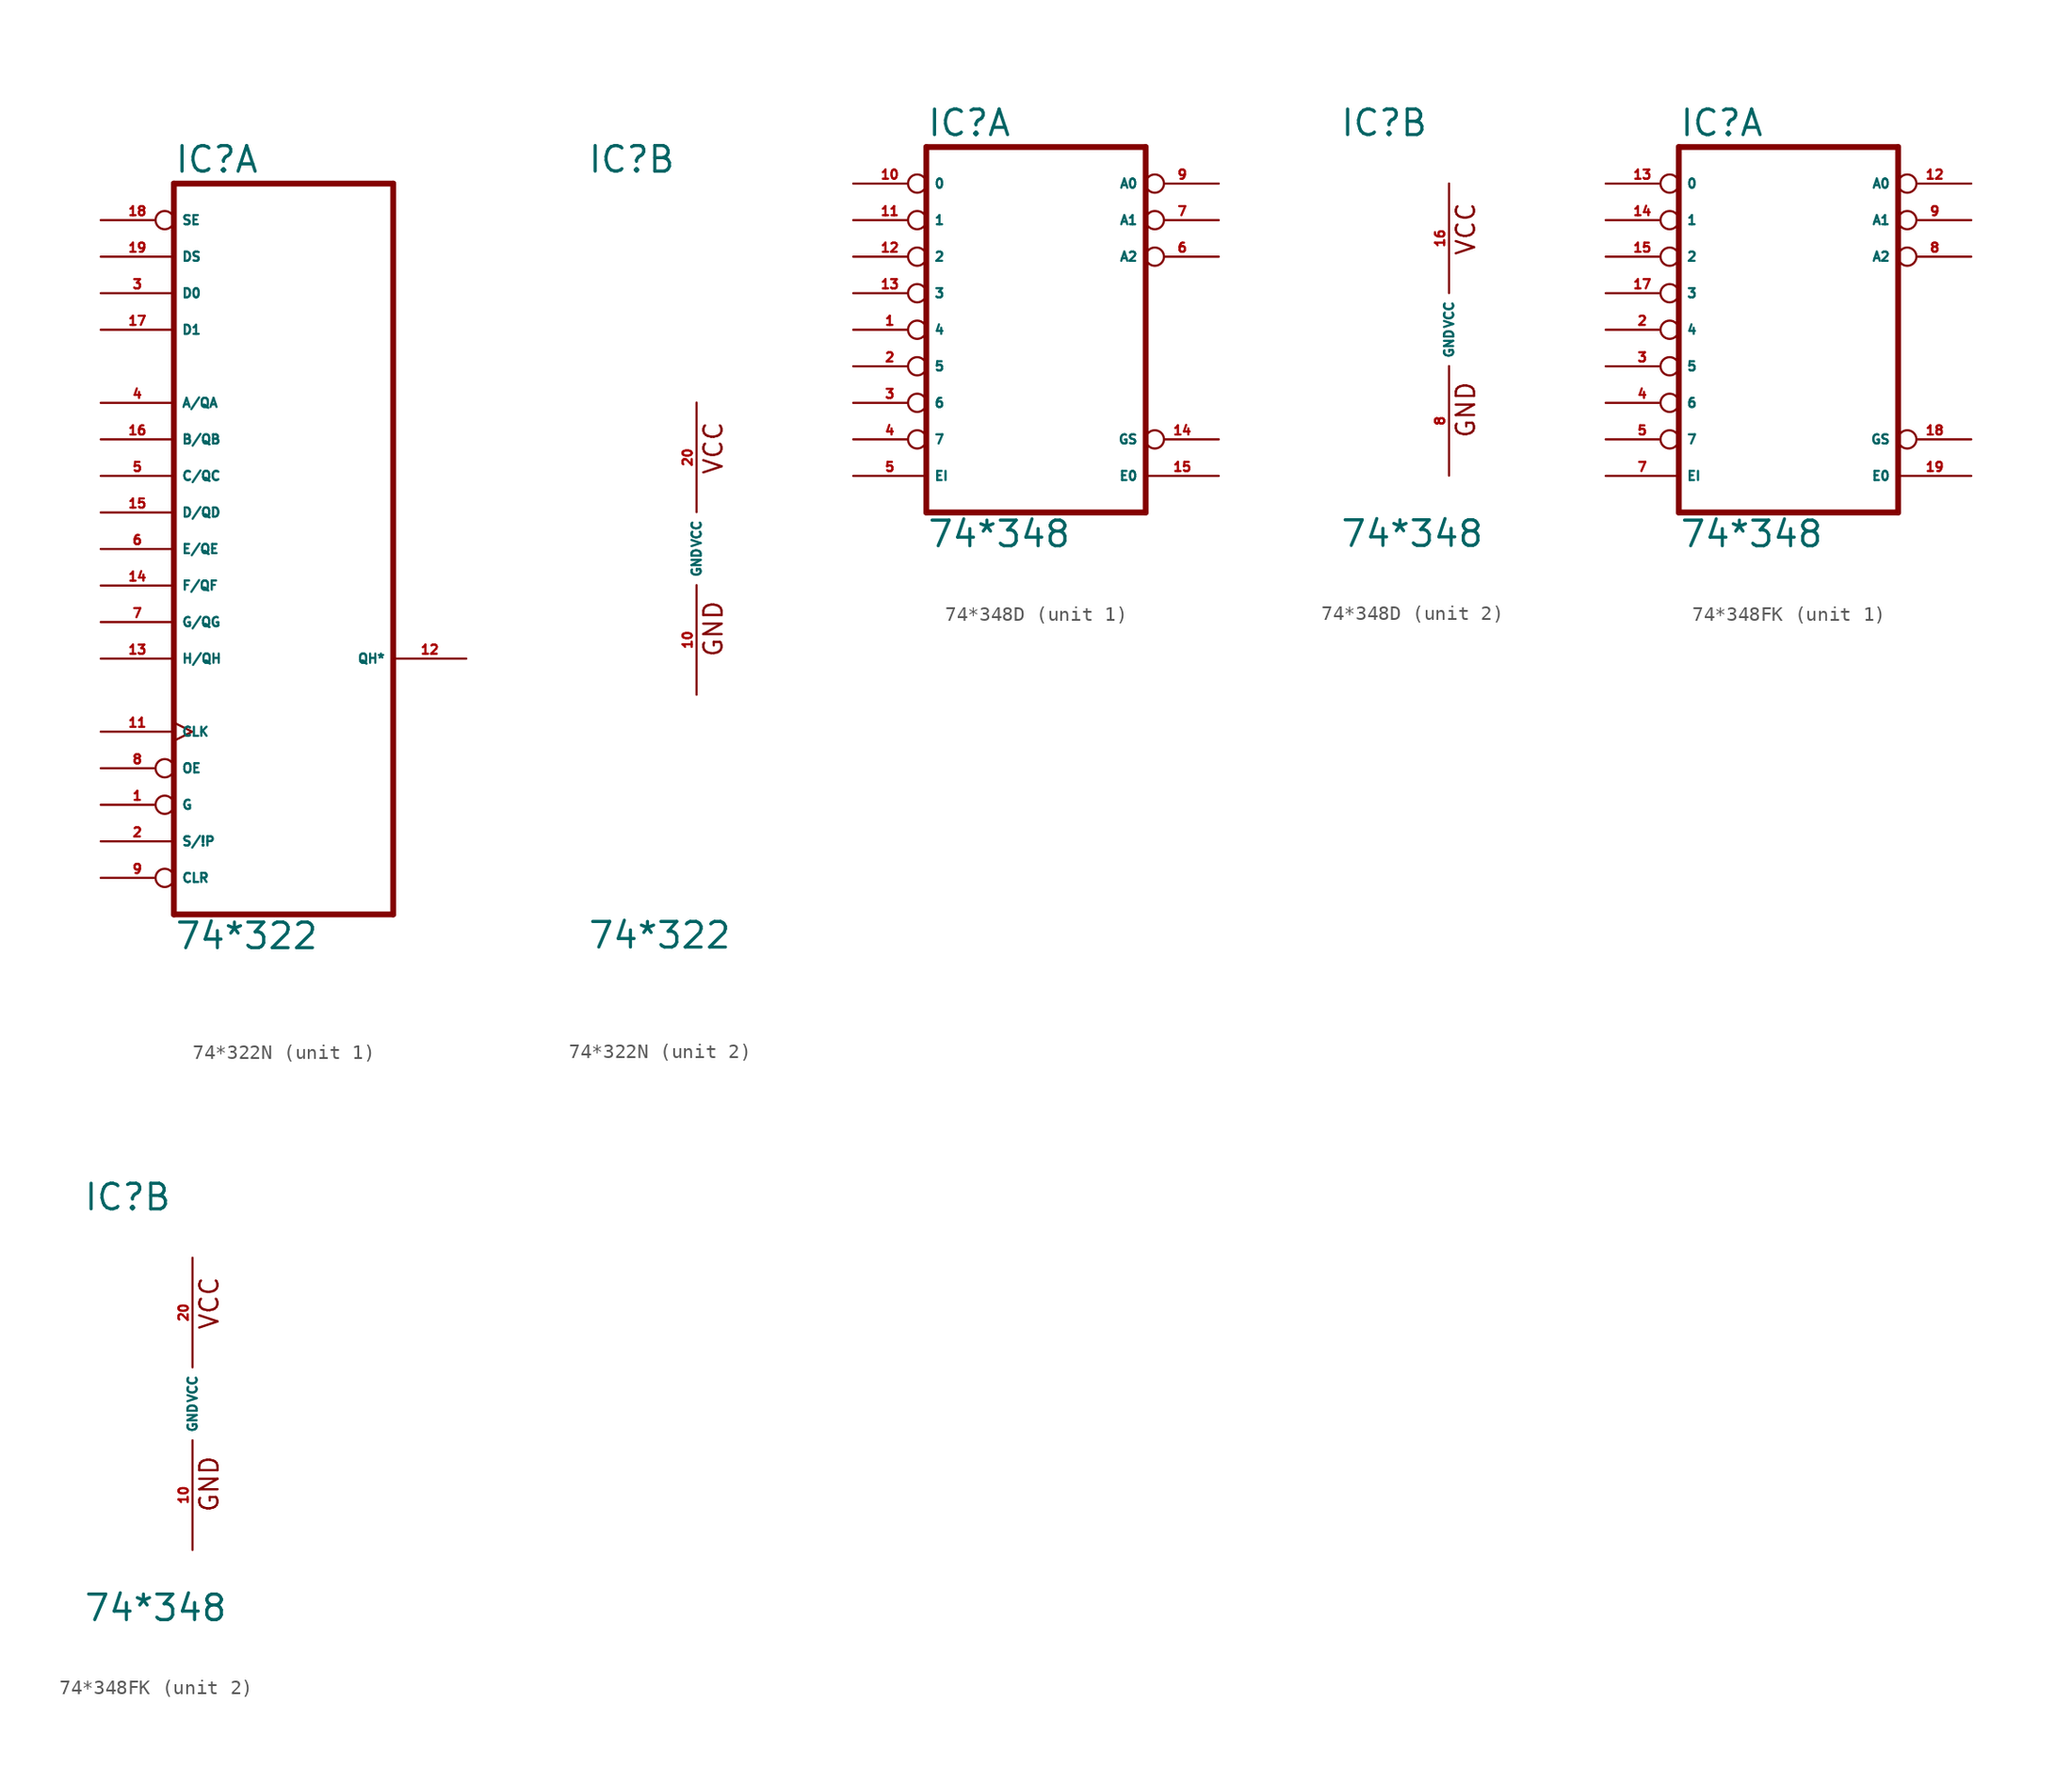
<source format=kicad_sym>
(kicad_symbol_lib
  (version 20220914)
  (generator Eagle2Kicad)
  (symbol "74*322N"
    (property "Reference" "IC"
      (at -7.62 26.035 0)
      (effects (font (size 1.778 1.778) (thickness 0.22)) (justify left bottom)))
    (property "Value" "74*322"
      (at -7.62 -27.94 0)
      (effects (font (size 1.778 1.778) (thickness 0.22)) (justify left bottom)))
    (symbol "74*322N_1_0"
      (polyline (pts (xy -7.62 -25.4) (xy 7.62 -25.4)) (stroke (width 0.406) (type default)) (fill (type none)))
      (polyline (pts (xy 7.62 -25.4) (xy 7.62 25.4)) (stroke (width 0.406) (type default)) (fill (type none)))
      (polyline (pts (xy 7.62 25.4) (xy -7.62 25.4)) (stroke (width 0.406) (type default)) (fill (type none)))
      (polyline (pts (xy -7.62 25.4) (xy -7.62 -25.4)) (stroke (width 0.406) (type default)) (fill (type none)))
      (pin input inverted (at -12.7 -17.78 0) (length 5.08) (name "G" (effects (font (size 0.635 0.635) (thickness 0.08)) (justify left bottom))) (number "1" (effects (font (size 0.635 0.635) (thickness 0.08)) (justify left bottom))))
      (pin input line (at -12.7 -20.32 0) (length 5.08) (name "S/!P" (effects (font (size 0.635 0.635) (thickness 0.08)) (justify left bottom))) (number "2" (effects (font (size 0.635 0.635) (thickness 0.08)) (justify left bottom))))
      (pin input line (at -12.7 17.78 0) (length 5.08) (name "D0" (effects (font (size 0.635 0.635) (thickness 0.08)) (justify left bottom))) (number "3" (effects (font (size 0.635 0.635) (thickness 0.08)) (justify left bottom))))
      (pin bidirectional line (at -12.7 10.16 0) (length 5.08) (name "A/QA" (effects (font (size 0.635 0.635) (thickness 0.08)) (justify left bottom))) (number "4" (effects (font (size 0.635 0.635) (thickness 0.08)) (justify left bottom))))
      (pin input line (at -12.7 5.08 0) (length 5.08) (name "C/QC" (effects (font (size 0.635 0.635) (thickness 0.08)) (justify left bottom))) (number "5" (effects (font (size 0.635 0.635) (thickness 0.08)) (justify left bottom))))
      (pin input line (at -12.7 0 0) (length 5.08) (name "E/QE" (effects (font (size 0.635 0.635) (thickness 0.08)) (justify left bottom))) (number "6" (effects (font (size 0.635 0.635) (thickness 0.08)) (justify left bottom))))
      (pin bidirectional line (at -12.7 -5.08 0) (length 5.08) (name "G/QG" (effects (font (size 0.635 0.635) (thickness 0.08)) (justify left bottom))) (number "7" (effects (font (size 0.635 0.635) (thickness 0.08)) (justify left bottom))))
      (pin input inverted (at -12.7 -15.24 0) (length 5.08) (name "OE" (effects (font (size 0.635 0.635) (thickness 0.08)) (justify left bottom))) (number "8" (effects (font (size 0.635 0.635) (thickness 0.08)) (justify left bottom))))
      (pin input inverted (at -12.7 -22.86 0) (length 5.08) (name "CLR" (effects (font (size 0.635 0.635) (thickness 0.08)) (justify left bottom))) (number "9" (effects (font (size 0.635 0.635) (thickness 0.08)) (justify left bottom))))
      (pin input clock (at -12.7 -12.7 0) (length 5.08) (name "CLK" (effects (font (size 0.635 0.635) (thickness 0.08)) (justify left bottom))) (number "11" (effects (font (size 0.635 0.635) (thickness 0.08)) (justify left bottom))))
      (pin tri_state line (at 12.7 -7.62 180) (length 5.08) (name "QH*" (effects (font (size 0.635 0.635) (thickness 0.08)) (justify left bottom))) (number "12" (effects (font (size 0.635 0.635) (thickness 0.08)) (justify left bottom))))
      (pin bidirectional line (at -12.7 -7.62 0) (length 5.08) (name "H/QH" (effects (font (size 0.635 0.635) (thickness 0.08)) (justify left bottom))) (number "13" (effects (font (size 0.635 0.635) (thickness 0.08)) (justify left bottom))))
      (pin bidirectional line (at -12.7 -2.54 0) (length 5.08) (name "F/QF" (effects (font (size 0.635 0.635) (thickness 0.08)) (justify left bottom))) (number "14" (effects (font (size 0.635 0.635) (thickness 0.08)) (justify left bottom))))
      (pin input line (at -12.7 2.54 0) (length 5.08) (name "D/QD" (effects (font (size 0.635 0.635) (thickness 0.08)) (justify left bottom))) (number "15" (effects (font (size 0.635 0.635) (thickness 0.08)) (justify left bottom))))
      (pin bidirectional line (at -12.7 7.62 0) (length 5.08) (name "B/QB" (effects (font (size 0.635 0.635) (thickness 0.08)) (justify left bottom))) (number "16" (effects (font (size 0.635 0.635) (thickness 0.08)) (justify left bottom))))
      (pin input line (at -12.7 15.24 0) (length 5.08) (name "D1" (effects (font (size 0.635 0.635) (thickness 0.08)) (justify left bottom))) (number "17" (effects (font (size 0.635 0.635) (thickness 0.08)) (justify left bottom))))
      (pin input inverted (at -12.7 22.86 0) (length 5.08) (name "SE" (effects (font (size 0.635 0.635) (thickness 0.08)) (justify left bottom))) (number "18" (effects (font (size 0.635 0.635) (thickness 0.08)) (justify left bottom))))
      (pin input line (at -12.7 20.32 0) (length 5.08) (name "DS" (effects (font (size 0.635 0.635) (thickness 0.08)) (justify left bottom))) (number "19" (effects (font (size 0.635 0.635) (thickness 0.08)) (justify left bottom)))))
    (symbol "74*322N_2_0"
      (text "GND" (at 1.905 -7.62 900) (effects (font (size 1.27 1.27) (thickness 0.16)) (justify left bottom)))
      (text "VCC" (at 1.905 5.08 900) (effects (font (size 1.27 1.27) (thickness 0.16)) (justify left bottom)))
      (pin unspecified line (at 0 -10.16 90) (length 7.62) (name "GND" (effects (font (size 0.635 0.635) (thickness 0.08)) (justify left bottom))) (number "10" (effects (font (size 0.635 0.635) (thickness 0.08)) (justify left bottom))))
      (pin unspecified line (at 0 10.16 270) (length 7.62) (name "VCC" (effects (font (size 0.635 0.635) (thickness 0.08)) (justify left bottom))) (number "20" (effects (font (size 0.635 0.635) (thickness 0.08)) (justify left bottom))))))
  (symbol "74*348D"
    (property "Reference" "IC"
      (at -7.62 13.335 0)
      (effects (font (size 1.778 1.778) (thickness 0.22)) (justify left bottom)))
    (property "Value" "74*348"
      (at -7.62 -15.24 0)
      (effects (font (size 1.778 1.778) (thickness 0.22)) (justify left bottom)))
    (symbol "74*348D_1_0"
      (polyline (pts (xy -7.62 -12.7) (xy 7.62 -12.7)) (stroke (width 0.406) (type default)) (fill (type none)))
      (polyline (pts (xy 7.62 -12.7) (xy 7.62 12.7)) (stroke (width 0.406) (type default)) (fill (type none)))
      (polyline (pts (xy 7.62 12.7) (xy -7.62 12.7)) (stroke (width 0.406) (type default)) (fill (type none)))
      (polyline (pts (xy -7.62 12.7) (xy -7.62 -12.7)) (stroke (width 0.406) (type default)) (fill (type none)))
      (pin input inverted (at -12.7 0 0) (length 5.08) (name "4" (effects (font (size 0.635 0.635) (thickness 0.08)) (justify left bottom))) (number "1" (effects (font (size 0.635 0.635) (thickness 0.08)) (justify left bottom))))
      (pin input inverted (at -12.7 -2.54 0) (length 5.08) (name "5" (effects (font (size 0.635 0.635) (thickness 0.08)) (justify left bottom))) (number "2" (effects (font (size 0.635 0.635) (thickness 0.08)) (justify left bottom))))
      (pin input inverted (at -12.7 -5.08 0) (length 5.08) (name "6" (effects (font (size 0.635 0.635) (thickness 0.08)) (justify left bottom))) (number "3" (effects (font (size 0.635 0.635) (thickness 0.08)) (justify left bottom))))
      (pin input inverted (at -12.7 -7.62 0) (length 5.08) (name "7" (effects (font (size 0.635 0.635) (thickness 0.08)) (justify left bottom))) (number "4" (effects (font (size 0.635 0.635) (thickness 0.08)) (justify left bottom))))
      (pin input line (at -12.7 -10.16 0) (length 5.08) (name "EI" (effects (font (size 0.635 0.635) (thickness 0.08)) (justify left bottom))) (number "5" (effects (font (size 0.635 0.635) (thickness 0.08)) (justify left bottom))))
      (pin tri_state inverted (at 12.7 5.08 180) (length 5.08) (name "A2" (effects (font (size 0.635 0.635) (thickness 0.08)) (justify left bottom))) (number "6" (effects (font (size 0.635 0.635) (thickness 0.08)) (justify left bottom))))
      (pin tri_state inverted (at 12.7 7.62 180) (length 5.08) (name "A1" (effects (font (size 0.635 0.635) (thickness 0.08)) (justify left bottom))) (number "7" (effects (font (size 0.635 0.635) (thickness 0.08)) (justify left bottom))))
      (pin tri_state inverted (at 12.7 10.16 180) (length 5.08) (name "A0" (effects (font (size 0.635 0.635) (thickness 0.08)) (justify left bottom))) (number "9" (effects (font (size 0.635 0.635) (thickness 0.08)) (justify left bottom))))
      (pin input inverted (at -12.7 10.16 0) (length 5.08) (name "0" (effects (font (size 0.635 0.635) (thickness 0.08)) (justify left bottom))) (number "10" (effects (font (size 0.635 0.635) (thickness 0.08)) (justify left bottom))))
      (pin input inverted (at -12.7 7.62 0) (length 5.08) (name "1" (effects (font (size 0.635 0.635) (thickness 0.08)) (justify left bottom))) (number "11" (effects (font (size 0.635 0.635) (thickness 0.08)) (justify left bottom))))
      (pin input inverted (at -12.7 5.08 0) (length 5.08) (name "2" (effects (font (size 0.635 0.635) (thickness 0.08)) (justify left bottom))) (number "12" (effects (font (size 0.635 0.635) (thickness 0.08)) (justify left bottom))))
      (pin input inverted (at -12.7 2.54 0) (length 5.08) (name "3" (effects (font (size 0.635 0.635) (thickness 0.08)) (justify left bottom))) (number "13" (effects (font (size 0.635 0.635) (thickness 0.08)) (justify left bottom))))
      (pin tri_state inverted (at 12.7 -7.62 180) (length 5.08) (name "GS" (effects (font (size 0.635 0.635) (thickness 0.08)) (justify left bottom))) (number "14" (effects (font (size 0.635 0.635) (thickness 0.08)) (justify left bottom))))
      (pin output line (at 12.7 -10.16 180) (length 5.08) (name "E0" (effects (font (size 0.635 0.635) (thickness 0.08)) (justify left bottom))) (number "15" (effects (font (size 0.635 0.635) (thickness 0.08)) (justify left bottom)))))
    (symbol "74*348D_2_0"
      (text "GND" (at 1.905 -7.62 900) (effects (font (size 1.27 1.27) (thickness 0.16)) (justify left bottom)))
      (text "VCC" (at 1.905 5.08 900) (effects (font (size 1.27 1.27) (thickness 0.16)) (justify left bottom)))
      (pin unspecified line (at 0 -10.16 90) (length 7.62) (name "GND" (effects (font (size 0.635 0.635) (thickness 0.08)) (justify left bottom))) (number "8" (effects (font (size 0.635 0.635) (thickness 0.08)) (justify left bottom))))
      (pin unspecified line (at 0 10.16 270) (length 7.62) (name "VCC" (effects (font (size 0.635 0.635) (thickness 0.08)) (justify left bottom))) (number "16" (effects (font (size 0.635 0.635) (thickness 0.08)) (justify left bottom))))))
  (symbol "74*348FK"
    (property "Reference" "IC"
      (at -7.62 13.335 0)
      (effects (font (size 1.778 1.778) (thickness 0.22)) (justify left bottom)))
    (property "Value" "74*348"
      (at -7.62 -15.24 0)
      (effects (font (size 1.778 1.778) (thickness 0.22)) (justify left bottom)))
    (symbol "74*348FK_1_0"
      (polyline (pts (xy -7.62 -12.7) (xy 7.62 -12.7)) (stroke (width 0.406) (type default)) (fill (type none)))
      (polyline (pts (xy 7.62 -12.7) (xy 7.62 12.7)) (stroke (width 0.406) (type default)) (fill (type none)))
      (polyline (pts (xy 7.62 12.7) (xy -7.62 12.7)) (stroke (width 0.406) (type default)) (fill (type none)))
      (polyline (pts (xy -7.62 12.7) (xy -7.62 -12.7)) (stroke (width 0.406) (type default)) (fill (type none)))
      (pin input inverted (at -12.7 0 0) (length 5.08) (name "4" (effects (font (size 0.635 0.635) (thickness 0.08)) (justify left bottom))) (number "2" (effects (font (size 0.635 0.635) (thickness 0.08)) (justify left bottom))))
      (pin input inverted (at -12.7 -2.54 0) (length 5.08) (name "5" (effects (font (size 0.635 0.635) (thickness 0.08)) (justify left bottom))) (number "3" (effects (font (size 0.635 0.635) (thickness 0.08)) (justify left bottom))))
      (pin input inverted (at -12.7 -5.08 0) (length 5.08) (name "6" (effects (font (size 0.635 0.635) (thickness 0.08)) (justify left bottom))) (number "4" (effects (font (size 0.635 0.635) (thickness 0.08)) (justify left bottom))))
      (pin input inverted (at -12.7 -7.62 0) (length 5.08) (name "7" (effects (font (size 0.635 0.635) (thickness 0.08)) (justify left bottom))) (number "5" (effects (font (size 0.635 0.635) (thickness 0.08)) (justify left bottom))))
      (pin input line (at -12.7 -10.16 0) (length 5.08) (name "EI" (effects (font (size 0.635 0.635) (thickness 0.08)) (justify left bottom))) (number "7" (effects (font (size 0.635 0.635) (thickness 0.08)) (justify left bottom))))
      (pin tri_state inverted (at 12.7 5.08 180) (length 5.08) (name "A2" (effects (font (size 0.635 0.635) (thickness 0.08)) (justify left bottom))) (number "8" (effects (font (size 0.635 0.635) (thickness 0.08)) (justify left bottom))))
      (pin tri_state inverted (at 12.7 7.62 180) (length 5.08) (name "A1" (effects (font (size 0.635 0.635) (thickness 0.08)) (justify left bottom))) (number "9" (effects (font (size 0.635 0.635) (thickness 0.08)) (justify left bottom))))
      (pin tri_state inverted (at 12.7 10.16 180) (length 5.08) (name "A0" (effects (font (size 0.635 0.635) (thickness 0.08)) (justify left bottom))) (number "12" (effects (font (size 0.635 0.635) (thickness 0.08)) (justify left bottom))))
      (pin input inverted (at -12.7 10.16 0) (length 5.08) (name "0" (effects (font (size 0.635 0.635) (thickness 0.08)) (justify left bottom))) (number "13" (effects (font (size 0.635 0.635) (thickness 0.08)) (justify left bottom))))
      (pin input inverted (at -12.7 7.62 0) (length 5.08) (name "1" (effects (font (size 0.635 0.635) (thickness 0.08)) (justify left bottom))) (number "14" (effects (font (size 0.635 0.635) (thickness 0.08)) (justify left bottom))))
      (pin input inverted (at -12.7 5.08 0) (length 5.08) (name "2" (effects (font (size 0.635 0.635) (thickness 0.08)) (justify left bottom))) (number "15" (effects (font (size 0.635 0.635) (thickness 0.08)) (justify left bottom))))
      (pin input inverted (at -12.7 2.54 0) (length 5.08) (name "3" (effects (font (size 0.635 0.635) (thickness 0.08)) (justify left bottom))) (number "17" (effects (font (size 0.635 0.635) (thickness 0.08)) (justify left bottom))))
      (pin tri_state inverted (at 12.7 -7.62 180) (length 5.08) (name "GS" (effects (font (size 0.635 0.635) (thickness 0.08)) (justify left bottom))) (number "18" (effects (font (size 0.635 0.635) (thickness 0.08)) (justify left bottom))))
      (pin output line (at 12.7 -10.16 180) (length 5.08) (name "E0" (effects (font (size 0.635 0.635) (thickness 0.08)) (justify left bottom))) (number "19" (effects (font (size 0.635 0.635) (thickness 0.08)) (justify left bottom)))))
    (symbol "74*348FK_2_0"
      (text "GND" (at 1.905 -7.62 900) (effects (font (size 1.27 1.27) (thickness 0.16)) (justify left bottom)))
      (text "VCC" (at 1.905 5.08 900) (effects (font (size 1.27 1.27) (thickness 0.16)) (justify left bottom)))
      (pin unspecified line (at 0 -10.16 90) (length 7.62) (name "GND" (effects (font (size 0.635 0.635) (thickness 0.08)) (justify left bottom))) (number "10" (effects (font (size 0.635 0.635) (thickness 0.08)) (justify left bottom))))
      (pin unspecified line (at 0 10.16 270) (length 7.62) (name "VCC" (effects (font (size 0.635 0.635) (thickness 0.08)) (justify left bottom))) (number "20" (effects (font (size 0.635 0.635) (thickness 0.08)) (justify left bottom)))))))
</source>
